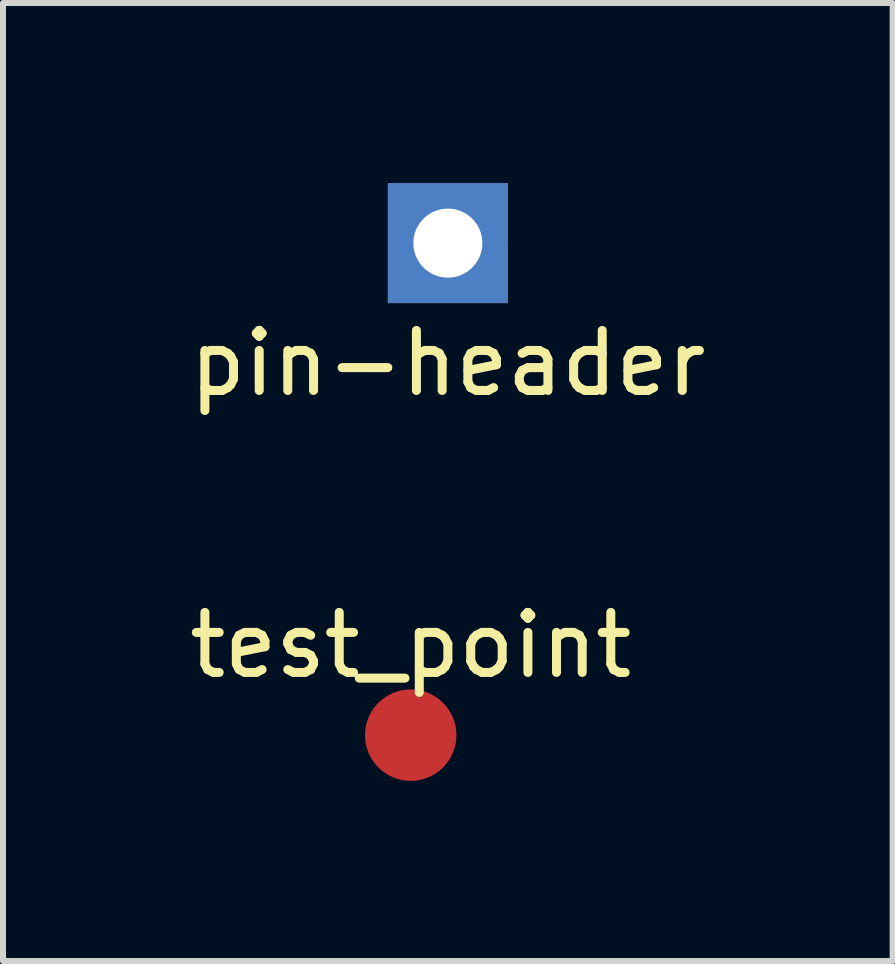
<source format=kicad_pcb>
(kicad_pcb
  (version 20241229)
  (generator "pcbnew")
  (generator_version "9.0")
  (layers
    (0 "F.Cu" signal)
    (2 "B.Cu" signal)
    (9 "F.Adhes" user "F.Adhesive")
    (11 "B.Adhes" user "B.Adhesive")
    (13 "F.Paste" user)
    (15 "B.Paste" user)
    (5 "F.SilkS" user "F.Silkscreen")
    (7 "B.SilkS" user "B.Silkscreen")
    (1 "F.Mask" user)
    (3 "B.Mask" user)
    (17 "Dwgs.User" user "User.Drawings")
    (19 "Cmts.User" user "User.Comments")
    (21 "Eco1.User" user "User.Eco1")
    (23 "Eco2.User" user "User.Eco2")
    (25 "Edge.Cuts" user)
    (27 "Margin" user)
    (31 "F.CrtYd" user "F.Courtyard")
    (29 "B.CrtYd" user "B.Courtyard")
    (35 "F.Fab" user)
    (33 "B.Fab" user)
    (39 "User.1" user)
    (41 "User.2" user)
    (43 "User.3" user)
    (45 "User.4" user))
  (footprint "pin-header"
    (layer "F.Cu")
    (at 4.411 1)
    (property "Reference" "pin-header" (at 0 2 0) (layer "F.SilkS") (effects (font (size 1 1) (thickness 0.15))))
    (attr through_hole)
    (pad "1" thru_hole rect (at 0 0) (size 2 2) (drill 1.15) (layers "*.Cu" "*.Mask")))
  (footprint "test_point"
    (layer "F.Cu")
    (at 3.792 9.197)
    (property "Reference" "test_point" (at 0 -1.5 0) (layer "F.SilkS") (effects (font (size 1 1) (thickness 0.15))))
    (attr through_hole)
    (pad "1" connect circle (at 0 0) (size 1.524 1.524) (layers "F.Cu" "F.Mask")))
  (gr_rect
    (start -3 -3)
    (end 11.821 12.959)
    (stroke (width 0.1) (type default))
    (fill no)
    (layer "Edge.Cuts")))
</source>
